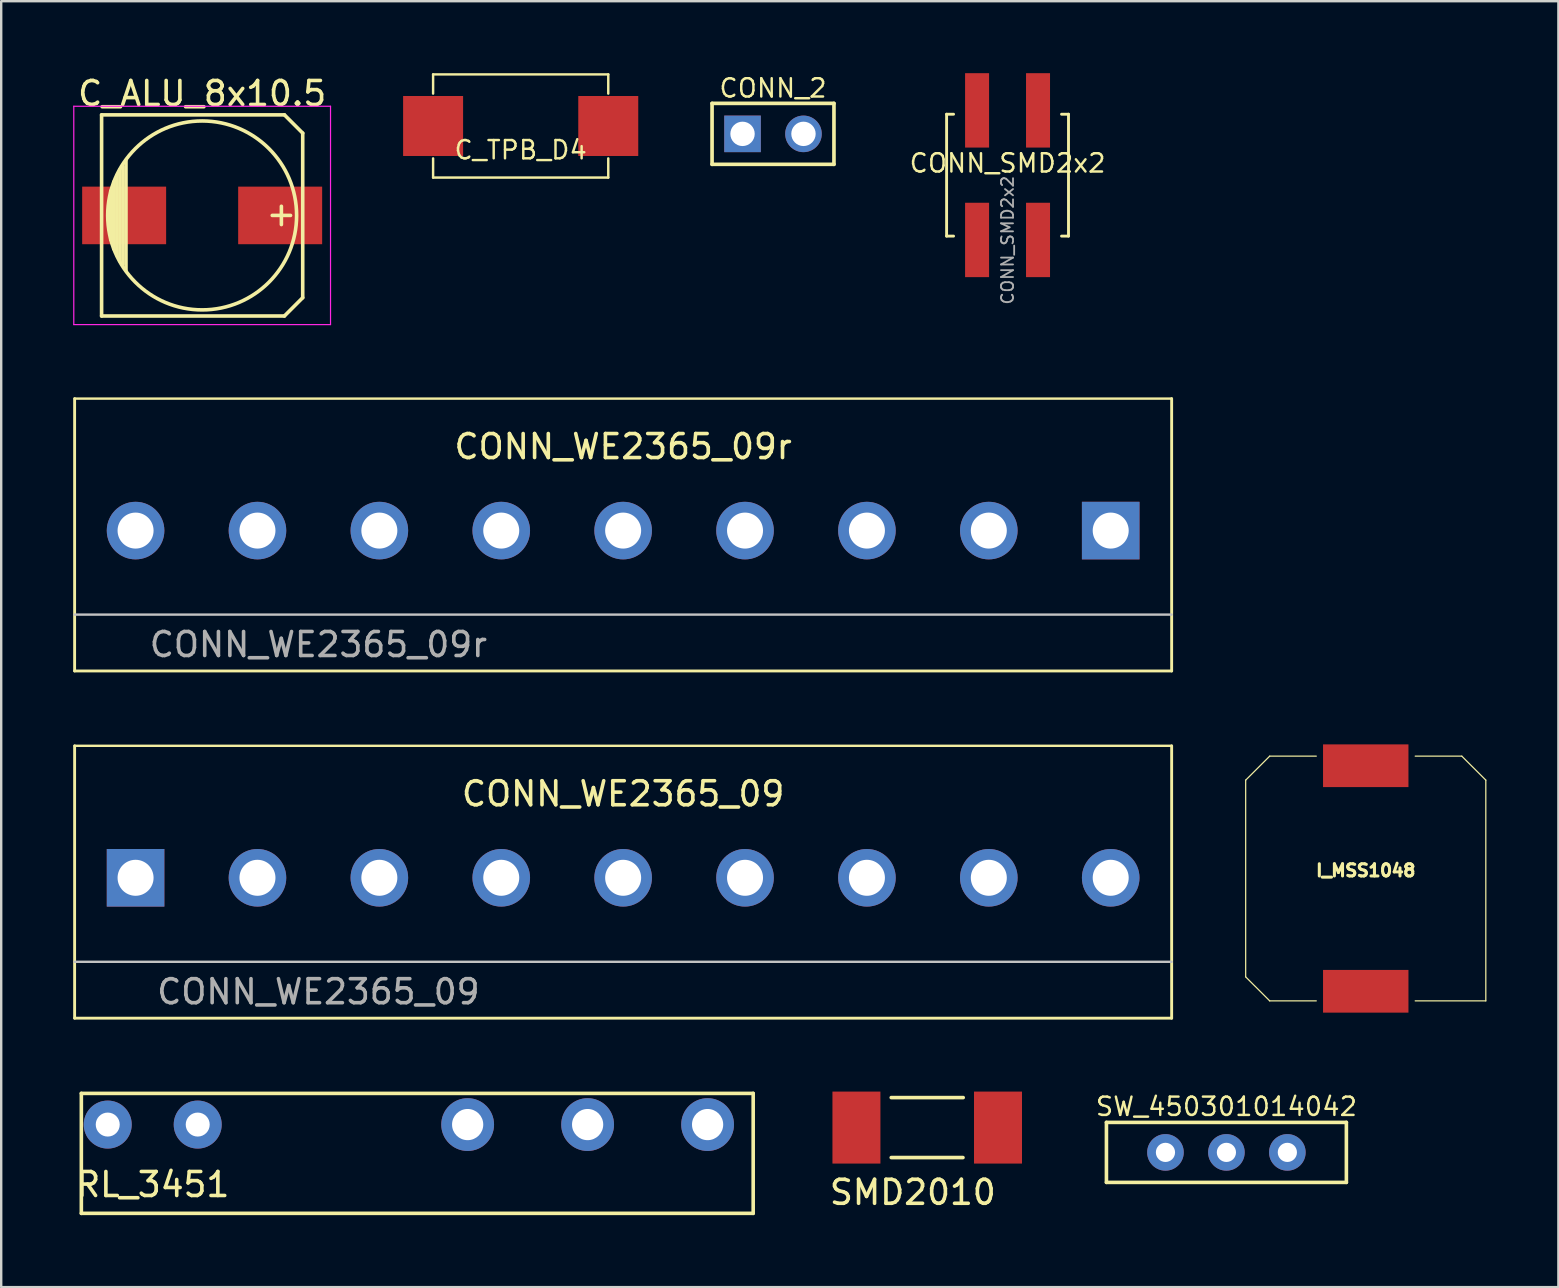
<source format=kicad_pcb>
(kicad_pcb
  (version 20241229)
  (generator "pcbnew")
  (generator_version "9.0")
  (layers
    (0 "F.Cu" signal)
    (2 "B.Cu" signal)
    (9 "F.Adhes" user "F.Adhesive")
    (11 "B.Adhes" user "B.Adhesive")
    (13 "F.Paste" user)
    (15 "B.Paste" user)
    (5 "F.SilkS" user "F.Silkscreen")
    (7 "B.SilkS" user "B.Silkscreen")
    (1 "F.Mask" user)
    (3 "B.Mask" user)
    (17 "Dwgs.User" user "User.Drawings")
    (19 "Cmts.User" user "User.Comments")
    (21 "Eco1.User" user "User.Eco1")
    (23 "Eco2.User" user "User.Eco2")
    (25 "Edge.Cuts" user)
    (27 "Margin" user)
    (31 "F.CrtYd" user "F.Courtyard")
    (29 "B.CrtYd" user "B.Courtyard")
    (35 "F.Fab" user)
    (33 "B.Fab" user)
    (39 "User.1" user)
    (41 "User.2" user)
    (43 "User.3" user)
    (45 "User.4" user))
  (footprint "I_MSS1048"
    (layer "F.Cu")
    (at 53.869 33.563)
    (property "Reference" "I_MSS1048" (at 0 -0.335 0) (layer "F.SilkS") (effects (font (size 0.508 0.508) (thickness 0.127))))
    (attr through_hole)
    (fp_line (start -5.004 -4.1) (end -5.004 4.1) (stroke (width 0.051) (type solid)) (layer "F.SilkS"))
    (fp_line (start -4.003 -5.1) (end -5.004 -4.1) (stroke (width 0.051) (type solid)) (layer "F.SilkS"))
    (fp_line (start -4.003 -5.1) (end -2.062 -5.1) (stroke (width 0.051) (type solid)) (layer "F.SilkS"))
    (fp_line (start -4.003 5.1) (end -5.004 4.1) (stroke (width 0.051) (type solid)) (layer "F.SilkS"))
    (fp_line (start -4.003 5.1) (end -2.062 5.1) (stroke (width 0.051) (type solid)) (layer "F.SilkS"))
    (fp_line (start 4.003 -5.1) (end 2.062 -5.1) (stroke (width 0.051) (type solid)) (layer "F.SilkS"))
    (fp_line (start 4.003 -5.1) (end 5.004 -4.1) (stroke (width 0.051) (type solid)) (layer "F.SilkS"))
    (fp_line (start 5.004 5.1) (end 2.062 5.1) (stroke (width 0.051) (type solid)) (layer "F.SilkS"))
    (fp_line (start 5.004 5.1) (end 5.004 -4.1) (stroke (width 0.051) (type solid)) (layer "F.SilkS"))
    (pad "1" smd rect (at 0 4.7) (size 3.56 1.78) (layers "F.Cu" "F.Mask" "F.Paste"))
    (pad "2" smd rect (at 0 -4.7) (size 3.56 1.78) (layers "F.Cu" "F.Mask" "F.Paste")))
  (footprint "SMD2010"
    (layer "F.Cu")
    (at 35.593 43.943)
    (property "Reference" "SMD2010" (at -0.6 2.7 0) (layer "F.SilkS") (effects (font (size 1 1) (thickness 0.15))))
    (attr through_hole)
    (fp_line (start -1.5 -1.25) (end 1.5 -1.25) (stroke (width 0.15) (type solid)) (layer "F.SilkS"))
    (fp_line (start -1.5 1.25) (end 1.49 1.25) (stroke (width 0.15) (type solid)) (layer "F.SilkS"))
    (pad "1" smd rect (at -2.95 0) (size 2 3) (layers "F.Cu" "F.Mask" "F.Paste"))
    (pad "2" smd rect (at 2.95 0) (size 2 3) (layers "F.Cu" "F.Mask" "F.Paste")))
  (footprint "C_ALU_8x10.5"
    (layer "F.Cu")
    (at 5.375 5.928)
    (property "Reference" "C_ALU_8x10.5" (at 0 -5.08 0) (layer "F.SilkS") (effects (font (size 1 1) (thickness 0.15))))
    (attr smd)
    (fp_line (start -4.191 -4.191) (end -4.191 4.191) (stroke (width 0.15) (type solid)) (layer "F.SilkS"))
    (fp_line (start -4.191 4.191) (end 3.429 4.191) (stroke (width 0.15) (type solid)) (layer "F.SilkS"))
    (fp_line (start -3.81 -1.016) (end -3.81 1.016) (stroke (width 0.15) (type solid)) (layer "F.SilkS"))
    (fp_line (start -3.683 1.397) (end -3.683 -1.397) (stroke (width 0.15) (type solid)) (layer "F.SilkS"))
    (fp_line (start -3.556 -1.651) (end -3.556 1.651) (stroke (width 0.15) (type solid)) (layer "F.SilkS"))
    (fp_line (start -3.429 1.905) (end -3.429 -1.905) (stroke (width 0.15) (type solid)) (layer "F.SilkS"))
    (fp_line (start -3.302 2.032) (end -3.302 -2.032) (stroke (width 0.15) (type solid)) (layer "F.SilkS"))
    (fp_line (start -3.175 -2.286) (end -3.175 2.286) (stroke (width 0.15) (type solid)) (layer "F.SilkS"))
    (fp_line (start 3.302 -0.381) (end 3.302 0.381) (stroke (width 0.15) (type solid)) (layer "F.SilkS"))
    (fp_line (start 3.429 -4.191) (end -4.191 -4.191) (stroke (width 0.15) (type solid)) (layer "F.SilkS"))
    (fp_line (start 3.429 4.191) (end 4.191 3.429) (stroke (width 0.15) (type solid)) (layer "F.SilkS"))
    (fp_line (start 3.683 0) (end 2.921 0) (stroke (width 0.15) (type solid)) (layer "F.SilkS"))
    (fp_line (start 4.191 -3.429) (end 3.429 -4.191) (stroke (width 0.15) (type solid)) (layer "F.SilkS"))
    (fp_line (start 4.191 3.429) (end 4.191 -3.429) (stroke (width 0.15) (type solid)) (layer "F.SilkS"))
    (fp_circle (center 0 0) (end 3.937 0) (stroke (width 0.15) (type solid)) (fill no) (layer "F.SilkS"))
    (fp_line (start -5.35 -4.55) (end 5.35 -4.55) (stroke (width 0.05) (type solid)) (layer "F.CrtYd"))
    (fp_line (start -5.35 4.55) (end -5.35 -4.55) (stroke (width 0.05) (type solid)) (layer "F.CrtYd"))
    (fp_line (start 5.35 -4.55) (end 5.35 4.55) (stroke (width 0.05) (type solid)) (layer "F.CrtYd"))
    (fp_line (start 5.35 4.55) (end -5.35 4.55) (stroke (width 0.05) (type solid)) (layer "F.CrtYd"))
    (pad "1" smd rect (at 3.251 0) (size 3.5 2.4) (layers "F.Cu" "F.Mask" "F.Paste"))
    (pad "2" smd rect (at -3.251 0) (size 3.5 2.4) (layers "F.Cu" "F.Mask" "F.Paste")))
  (footprint "CONN_2"
    (layer "F.Cu")
    (at 29.166 2.529)
    (property "Reference" "CONN_2" (at 0 -1.905 0) (layer "F.SilkS") (effects (font (size 0.762 0.762) (thickness 0.102))))
    (attr through_hole)
    (fp_line (start -2.54 -1.27) (end 2.54 -1.27) (stroke (width 0.152) (type solid)) (layer "F.SilkS"))
    (fp_line (start -2.54 1.27) (end -2.54 -1.27) (stroke (width 0.152) (type solid)) (layer "F.SilkS"))
    (fp_line (start 2.54 -1.27) (end 2.54 1.27) (stroke (width 0.152) (type solid)) (layer "F.SilkS"))
    (fp_line (start 2.54 1.27) (end -2.54 1.27) (stroke (width 0.152) (type solid)) (layer "F.SilkS"))
    (pad "1" thru_hole rect (at -1.27 0) (size 1.524 1.524) (drill 1.016) (layers "*.Cu" "*.Mask"))
    (pad "2" thru_hole circle (at 1.27 0) (size 1.524 1.524) (drill 1.016) (layers "*.Cu" "*.Mask")))
  (footprint "CONN_WE2365_09r"
    (layer "F.Cu")
    (at 22.92 19.063)
    (property "Reference" "CONN_WE2365_09r" (at 0 -3.5 0) (unlocked yes) (layer "F.SilkS") (effects (font (size 1 1) (thickness 0.15))))
    (attr through_hole)
    (fp_line (start -22.86 -5.5) (end -22.86 5.85) (stroke (width 0.12) (type solid)) (layer "F.SilkS"))
    (fp_line (start -22.86 5.85) (end 22.86 5.85) (stroke (width 0.12) (type solid)) (layer "F.SilkS"))
    (fp_line (start 22.86 -5.5) (end -22.86 -5.5) (stroke (width 0.1) (type solid)) (layer "F.SilkS"))
    (fp_line (start 22.86 5.85) (end 22.86 -5.5) (stroke (width 0.12) (type solid)) (layer "F.SilkS"))
    (fp_line (start -22.86 3.5) (end 22.86 3.5) (stroke (width 0.1) (type solid)) (layer "Dwgs.User"))
    (fp_text user "${REFERENCE}" (at -12.7 4.75 0) (unlocked yes) (layer "F.Fab") (effects (font (size 1 1) (thickness 0.15))))
    (pad "1" thru_hole rect (at 20.32 0) (size 2.4 2.4) (drill 1.5) (layers "*.Cu" "*.Mask"))
    (pad "2" thru_hole circle (at 15.24 0) (size 2.4 2.4) (drill 1.5) (layers "*.Cu" "*.Mask"))
    (pad "3" thru_hole circle (at 10.16 0) (size 2.4 2.4) (drill 1.5) (layers "*.Cu" "*.Mask"))
    (pad "4" thru_hole circle (at 5.08 0) (size 2.4 2.4) (drill 1.5) (layers "*.Cu" "*.Mask"))
    (pad "5" thru_hole circle (at 0 0) (size 2.4 2.4) (drill 1.5) (layers "*.Cu" "*.Mask"))
    (pad "6" thru_hole circle (at -5.08 0) (size 2.4 2.4) (drill 1.5) (layers "*.Cu" "*.Mask"))
    (pad "7" thru_hole circle (at -10.16 0) (size 2.4 2.4) (drill 1.5) (layers "*.Cu" "*.Mask"))
    (pad "8" thru_hole circle (at -15.24 0) (size 2.4 2.4) (drill 1.5) (layers "*.Cu" "*.Mask"))
    (pad "9" thru_hole circle (at -20.32 0) (size 2.4 2.4) (drill 1.5) (layers "*.Cu" "*.Mask")))
  (footprint "RL_3451"
    (layer "F.Cu")
    (at 1.44 43.818)
    (property "Reference" "RL_3451" (at 1.875 2.5 0) (layer "F.SilkS") (effects (font (size 1 1) (thickness 0.15))))
    (attr through_hole)
    (fp_line (start -1.1 -1.3) (end -1.1 3.7) (stroke (width 0.15) (type solid)) (layer "F.SilkS"))
    (fp_line (start -1.1 -1.3) (end 26.9 -1.3) (stroke (width 0.15) (type solid)) (layer "F.SilkS"))
    (fp_line (start -1.1 3.7) (end 26.9 3.7) (stroke (width 0.15) (type solid)) (layer "F.SilkS"))
    (fp_line (start 26.9 -1.3) (end 26.9 3.7) (stroke (width 0.15) (type solid)) (layer "F.SilkS"))
    (pad "11" thru_hole circle (at 20 0) (size 2.2 2.2) (drill 1.3) (layers "*.Cu" "*.Mask"))
    (pad "12" thru_hole circle (at 15 0) (size 2.2 2.2) (drill 1.3) (layers "*.Cu" "*.Mask"))
    (pad "14" thru_hole circle (at 25 0) (size 2.2 2.2) (drill 1.3) (layers "*.Cu" "*.Mask"))
    (pad "A1" thru_hole circle (at 3.75 0) (size 2 2) (drill 1) (layers "*.Cu" "*.Mask"))
    (pad "A2" thru_hole circle (at 0 0) (size 2 2) (drill 1) (layers "*.Cu" "*.Mask")))
  (footprint "SW_450301014042"
    (layer "F.Cu")
    (at 48.062 44.977)
    (property "Reference" "SW_450301014042" (at 0 -1.91 180) (layer "F.SilkS") (effects (font (size 0.762 0.762) (thickness 0.102))))
    (attr through_hole)
    (fp_line (start -5 -1.25) (end 5 -1.25) (stroke (width 0.15) (type solid)) (layer "F.SilkS"))
    (fp_line (start -5 1.25) (end -5 -1.25) (stroke (width 0.15) (type solid)) (layer "F.SilkS"))
    (fp_line (start 5 -1.25) (end 5 1.25) (stroke (width 0.15) (type solid)) (layer "F.SilkS"))
    (fp_line (start 5 1.25) (end -5 1.25) (stroke (width 0.15) (type solid)) (layer "F.SilkS"))
    (pad "1" thru_hole circle (at -2.54 0) (size 1.524 1.524) (drill 0.8) (layers "*.Cu" "*.Mask"))
    (pad "2" thru_hole circle (at 0 0) (size 1.524 1.524) (drill 0.8) (layers "*.Cu" "*.Mask"))
    (pad "3" thru_hole circle (at 2.54 0) (size 1.524 1.524) (drill 0.8) (layers "*.Cu" "*.Mask")))
  (footprint "CONN_WE2365_09"
    (layer "F.Cu")
    (at 22.92 33.533)
    (property "Reference" "CONN_WE2365_09" (at 0 -3.5 0) (unlocked yes) (layer "F.SilkS") (effects (font (size 1 1) (thickness 0.15))))
    (attr through_hole)
    (fp_line (start -22.86 -5.5) (end -22.86 5.85) (stroke (width 0.12) (type solid)) (layer "F.SilkS"))
    (fp_line (start -22.86 5.85) (end 22.86 5.85) (stroke (width 0.12) (type solid)) (layer "F.SilkS"))
    (fp_line (start 22.86 -5.5) (end -22.86 -5.5) (stroke (width 0.1) (type solid)) (layer "F.SilkS"))
    (fp_line (start 22.86 5.85) (end 22.86 -5.5) (stroke (width 0.12) (type solid)) (layer "F.SilkS"))
    (fp_line (start -22.86 3.5) (end 22.86 3.5) (stroke (width 0.1) (type solid)) (layer "Dwgs.User"))
    (fp_text user "${REFERENCE}" (at -12.7 4.75 0) (unlocked yes) (layer "F.Fab") (effects (font (size 1 1) (thickness 0.15))))
    (pad "1" thru_hole rect (at -20.32 0) (size 2.4 2.4) (drill 1.5) (layers "*.Cu" "*.Mask"))
    (pad "2" thru_hole circle (at -15.24 0) (size 2.4 2.4) (drill 1.5) (layers "*.Cu" "*.Mask"))
    (pad "3" thru_hole circle (at -10.16 0) (size 2.4 2.4) (drill 1.5) (layers "*.Cu" "*.Mask"))
    (pad "4" thru_hole circle (at -5.08 0) (size 2.4 2.4) (drill 1.5) (layers "*.Cu" "*.Mask"))
    (pad "5" thru_hole circle (at 0 0) (size 2.4 2.4) (drill 1.5) (layers "*.Cu" "*.Mask"))
    (pad "6" thru_hole circle (at 5.08 0) (size 2.4 2.4) (drill 1.5) (layers "*.Cu" "*.Mask"))
    (pad "7" thru_hole circle (at 10.16 0) (size 2.4 2.4) (drill 1.5) (layers "*.Cu" "*.Mask"))
    (pad "8" thru_hole circle (at 15.24 0) (size 2.4 2.4) (drill 1.5) (layers "*.Cu" "*.Mask"))
    (pad "9" thru_hole circle (at 20.32 0) (size 2.4 2.4) (drill 1.5) (layers "*.Cu" "*.Mask")))
  (footprint "CONN_SMD2x2"
    (layer "F.Cu")
    (at 38.941 4.25)
    (property "Reference" "CONN_SMD2x2" (at 0 -0.5 0) (unlocked yes) (layer "F.SilkS") (effects (font (size 0.762 0.762) (thickness 0.102))))
    (attr smd)
    (fp_line (start -2.54 -2.54) (end -2.54 2.54) (stroke (width 0.12) (type solid)) (layer "F.SilkS"))
    (fp_line (start -2.54 -2.54) (end -2.25 -2.54) (stroke (width 0.12) (type solid)) (layer "F.SilkS"))
    (fp_line (start -2.54 2.54) (end -2.25 2.54) (stroke (width 0.12) (type solid)) (layer "F.SilkS"))
    (fp_line (start 2.25 -2.54) (end 2.54 -2.54) (stroke (width 0.12) (type solid)) (layer "F.SilkS"))
    (fp_line (start 2.54 -2.54) (end 2.54 2.54) (stroke (width 0.12) (type solid)) (layer "F.SilkS"))
    (fp_line (start 2.54 2.54) (end 2.25 2.54) (stroke (width 0.12) (type solid)) (layer "F.SilkS"))
    (fp_text user "${REFERENCE}" (at 0 2.71 90) (unlocked yes) (layer "F.Fab") (effects (font (size 0.5 0.5) (thickness 0.076))))
    (pad "1" smd rect (at -1.27 2.7) (size 1 3.1) (layers "F.Cu" "F.Mask" "F.Paste"))
    (pad "2" smd rect (at -1.27 -2.7) (size 1 3.1) (layers "F.Cu" "F.Mask" "F.Paste"))
    (pad "3" smd rect (at 1.27 2.7) (size 1 3.1) (layers "F.Cu" "F.Mask" "F.Paste"))
    (pad "4" smd rect (at 1.27 -2.7) (size 1 3.1) (layers "F.Cu" "F.Mask" "F.Paste")))
  (footprint "C_TPB_D4"
    (layer "F.Cu")
    (at 18.65 2.201)
    (property "Reference" "C_TPB_D4" (at 0 1 0) (layer "F.SilkS") (effects (font (size 0.762 0.762) (thickness 0.102))))
    (attr through_hole)
    (fp_line (start -3.65 -2.15) (end -3.65 -1.35) (stroke (width 0.102) (type solid)) (layer "F.SilkS"))
    (fp_line (start -3.65 -2.15) (end 3.65 -2.15) (stroke (width 0.102) (type solid)) (layer "F.SilkS"))
    (fp_line (start -3.65 2.15) (end -3.65 1.35) (stroke (width 0.102) (type solid)) (layer "F.SilkS"))
    (fp_line (start 3.65 -2.15) (end 3.65 -1.35) (stroke (width 0.102) (type solid)) (layer "F.SilkS"))
    (fp_line (start 3.65 2.15) (end -3.65 2.15) (stroke (width 0.102) (type solid)) (layer "F.SilkS"))
    (fp_line (start 3.65 2.15) (end 3.65 1.35) (stroke (width 0.102) (type solid)) (layer "F.SilkS"))
    (pad "1" smd rect (at -3.65 0) (size 2.5 2.5) (layers "F.Cu" "F.Mask" "F.Paste"))
    (pad "2" smd rect (at 3.65 0) (size 2.5 2.5) (layers "F.Cu" "F.Mask" "F.Paste")))
  (gr_rect
    (start -3 -3)
    (end 61.898 50.593)
    (stroke (width 0.1) (type default))
    (fill no)
    (layer "Edge.Cuts")))
</source>
